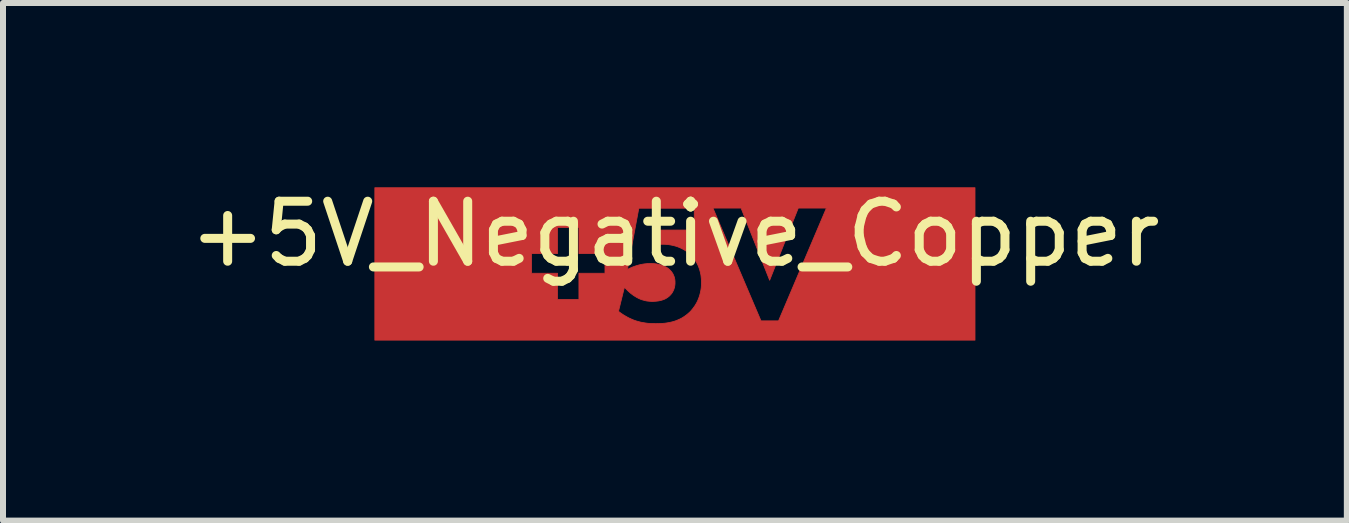
<source format=kicad_pcb>
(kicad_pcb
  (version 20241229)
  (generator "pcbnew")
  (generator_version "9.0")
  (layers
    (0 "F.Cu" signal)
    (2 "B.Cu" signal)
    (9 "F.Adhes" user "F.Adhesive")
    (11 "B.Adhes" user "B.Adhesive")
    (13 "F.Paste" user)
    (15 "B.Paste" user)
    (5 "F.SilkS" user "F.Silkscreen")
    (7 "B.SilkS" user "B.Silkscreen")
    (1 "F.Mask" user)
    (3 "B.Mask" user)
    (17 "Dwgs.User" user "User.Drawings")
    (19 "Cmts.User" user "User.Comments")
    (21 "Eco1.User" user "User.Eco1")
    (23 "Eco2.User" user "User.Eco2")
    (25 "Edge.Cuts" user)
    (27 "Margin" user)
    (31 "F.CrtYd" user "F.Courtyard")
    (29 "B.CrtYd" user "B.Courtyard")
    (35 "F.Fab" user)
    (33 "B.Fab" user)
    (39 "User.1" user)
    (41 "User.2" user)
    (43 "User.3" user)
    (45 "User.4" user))
  (footprint "+5V_Negative_Copper"
    (layer "F.Cu")
    (at 8.196 1.348)
    (property "Reference" "+5V_Negative_Copper" (at 0 -0.5 0) (unlocked yes) (layer "F.SilkS") (effects (font (size 1 1) (thickness 0.15))))
    (fp_poly (pts (xy 5.001 1.27) (xy -5 1.27) (xy -5 0.79) (xy -0.94 0.79) (xy -0.896 0.823) (xy -0.852 0.852) (xy -0.809 0.877) (xy -0.767 0.9) (xy -0.725 0.919) (xy -0.685 0.936) (xy -0.644 0.95) (xy -0.605 0.961) (xy -0.566 0.971) (xy -0.528 0.978) (xy -0.49 0.984) (xy -0.454 0.989) (xy -0.418 0.992) (xy -0.383 0.994) (xy -0.315 0.995) (xy -0.279 0.994) (xy -0.243 0.993) (xy -0.207 0.991) (xy -0.17 0.988) (xy -0.134 0.983) (xy -0.097 0.977) (xy -0.061 0.969) (xy -0.025 0.96) (xy 0.012 0.948) (xy 0.047 0.934) (xy 0.083 0.918) (xy 0.118 0.9) (xy 0.153 0.878) (xy 0.187 0.854) (xy 0.22 0.827) (xy 0.253 0.797) (xy 0.269 0.78) (xy 0.285 0.761) (xy 0.302 0.74) (xy 0.318 0.718) (xy 0.335 0.694) (xy 0.35 0.669) (xy 0.366 0.641) (xy 0.38 0.612) (xy 0.393 0.581) (xy 0.405 0.548) (xy 0.416 0.513) (xy 0.425 0.477) (xy 0.433 0.438) (xy 0.439 0.398) (xy 0.442 0.355) (xy 0.443 0.31) (xy 0.443 0.29) (xy 0.442 0.27) (xy 0.441 0.25) (xy 0.439 0.231) (xy 0.437 0.212) (xy 0.435 0.193) (xy 0.432 0.175) (xy 0.428 0.157) (xy 0.42 0.123) (xy 0.411 0.091) (xy 0.4 0.06) (xy 0.389 0.031) (xy 0.376 0.004) (xy 0.362 -0.022) (xy 0.348 -0.046) (xy 0.333 -0.069) (xy 0.318 -0.09) (xy 0.302 -0.11) (xy 0.286 -0.128) (xy 0.27 -0.145) (xy 0.25 -0.164) (xy 0.228 -0.183) (xy 0.205 -0.201) (xy 0.181 -0.218) (xy 0.155 -0.234) (xy 0.128 -0.249) (xy 0.1 -0.263) (xy 0.07 -0.276) (xy 0.04 -0.288) (xy 0.008 -0.298) (xy -0.026 -0.307) (xy -0.06 -0.314) (xy -0.095 -0.32) (xy -0.132 -0.325) (xy -0.17 -0.327) (xy -0.209 -0.328) (xy -0.228 -0.328) (xy -0.247 -0.327) (xy -0.267 -0.325) (xy -0.287 -0.324) (xy -0.307 -0.322) (xy -0.326 -0.319) (xy -0.365 -0.314) (xy -0.315 -0.564) (xy 0.323 -0.564) (xy 0.323 -0.928) (xy -0.601 -0.928) (xy -0.791 0.092) (xy -0.754 0.073) (xy -0.713 0.055) (xy -0.692 0.047) (xy -0.67 0.039) (xy -0.647 0.031) (xy -0.623 0.024) (xy -0.598 0.017) (xy -0.573 0.011) (xy -0.547 0.006) (xy -0.52 0.001) (xy -0.493 -0.002) (xy -0.465 -0.005) (xy -0.436 -0.006) (xy -0.407 -0.007) (xy -0.389 -0.007) (xy -0.371 -0.006) (xy -0.354 -0.005) (xy -0.337 -0.004) (xy -0.322 -0.002) (xy -0.306 0.000246) (xy -0.292 0.003) (xy -0.277 0.005) (xy -0.264 0.008) (xy -0.251 0.012) (xy -0.238 0.015) (xy -0.226 0.019) (xy -0.215 0.022) (xy -0.204 0.026) (xy -0.194 0.03) (xy -0.184 0.034) (xy -0.174 0.039) (xy -0.166 0.043) (xy -0.149 0.051) (xy -0.135 0.059) (xy -0.123 0.067) (xy -0.113 0.075) (xy -0.104 0.081) (xy -0.098 0.087) (xy -0.093 0.092) (xy -0.084 0.099) (xy -0.076 0.108) (xy -0.067 0.117) (xy -0.059 0.127) (xy -0.05 0.138) (xy -0.043 0.149) (xy -0.035 0.161) (xy -0.028 0.175) (xy -0.022 0.189) (xy -0.016 0.203) (xy -0.01 0.219) (xy -0.006 0.236) (xy -0.002 0.253) (xy 0.000175 0.271) (xy 0.002 0.29) (xy 0.002 0.31) (xy 0.002 0.321) (xy 0.002 0.331) (xy 0.001 0.34) (xy 0.000148 0.35) (xy -0.001 0.36) (xy -0.003 0.369) (xy -0.004 0.378) (xy -0.006 0.387) (xy -0.008 0.396) (xy -0.011 0.404) (xy -0.014 0.413) (xy -0.016 0.421) (xy -0.023 0.437) (xy -0.03 0.452) (xy -0.038 0.467) (xy -0.046 0.481) (xy -0.055 0.494) (xy -0.065 0.506) (xy -0.075 0.517) (xy -0.085 0.528) (xy -0.096 0.538) (xy -0.107 0.547) (xy -0.12 0.557) (xy -0.134 0.566) (xy -0.148 0.575) (xy -0.163 0.583) (xy -0.179 0.59) (xy -0.195 0.596) (xy -0.212 0.602) (xy -0.229 0.607) (xy -0.247 0.611) (xy -0.265 0.615) (xy -0.283 0.618) (xy -0.301 0.62) (xy -0.319 0.622) (xy -0.338 0.623) (xy -0.357 0.624) (xy -0.375 0.624) (xy -0.396 0.624) (xy -0.417 0.623) (xy -0.437 0.621) (xy -0.456 0.619) (xy -0.476 0.616) (xy -0.495 0.612) (xy -0.513 0.607) (xy -0.531 0.602) (xy -0.549 0.597) (xy -0.566 0.591) (xy -0.583 0.584) (xy -0.599 0.577) (xy -0.615 0.569) (xy -0.631 0.561) (xy -0.646 0.552) (xy -0.661 0.543) (xy -0.672 0.536) (xy -0.684 0.529) (xy -0.695 0.521) (xy -0.707 0.512) (xy -0.719 0.503) (xy -0.731 0.494) (xy -0.743 0.484) (xy -0.755 0.474) (xy -0.766 0.463) (xy -0.778 0.453) (xy -0.789 0.442) (xy -0.8 0.431) (xy -0.811 0.42) (xy -0.821 0.409) (xy -0.831 0.399) (xy -0.841 0.388) (xy -0.94 0.79) (xy -5 0.79) (xy -5 0.155) (xy -2.389 0.155) (xy -1.956 0.155) (xy -1.956 0.593) (xy -1.599 0.593) (xy -1.599 0.155) (xy -1.165 0.155) (xy -1.165 -0.173) (xy -1.599 -0.173) (xy -1.599 -0.607) (xy -1.956 -0.607) (xy -1.956 -0.173) (xy -2.389 -0.173) (xy -2.389 0.155) (xy -5 0.155) (xy -5 -0.931) (xy 0.634 -0.931) (xy 1.435 0.949) (xy 1.727 0.949) (xy 2.525 -0.931) (xy 2.056 -0.931) (xy 1.579 0.272) (xy 1.103 -0.931) (xy 0.634 -0.931) (xy -5 -0.931) (xy -5 -1.27) (xy 5.001 -1.27)) (stroke (width 0.013) (type solid)) (fill yes) (layer "F.Cu")))
  (gr_rect
    (start -3 -3)
    (end 19.393 5.625)
    (stroke (width 0.1) (type default))
    (fill no)
    (layer "Edge.Cuts")))
</source>
